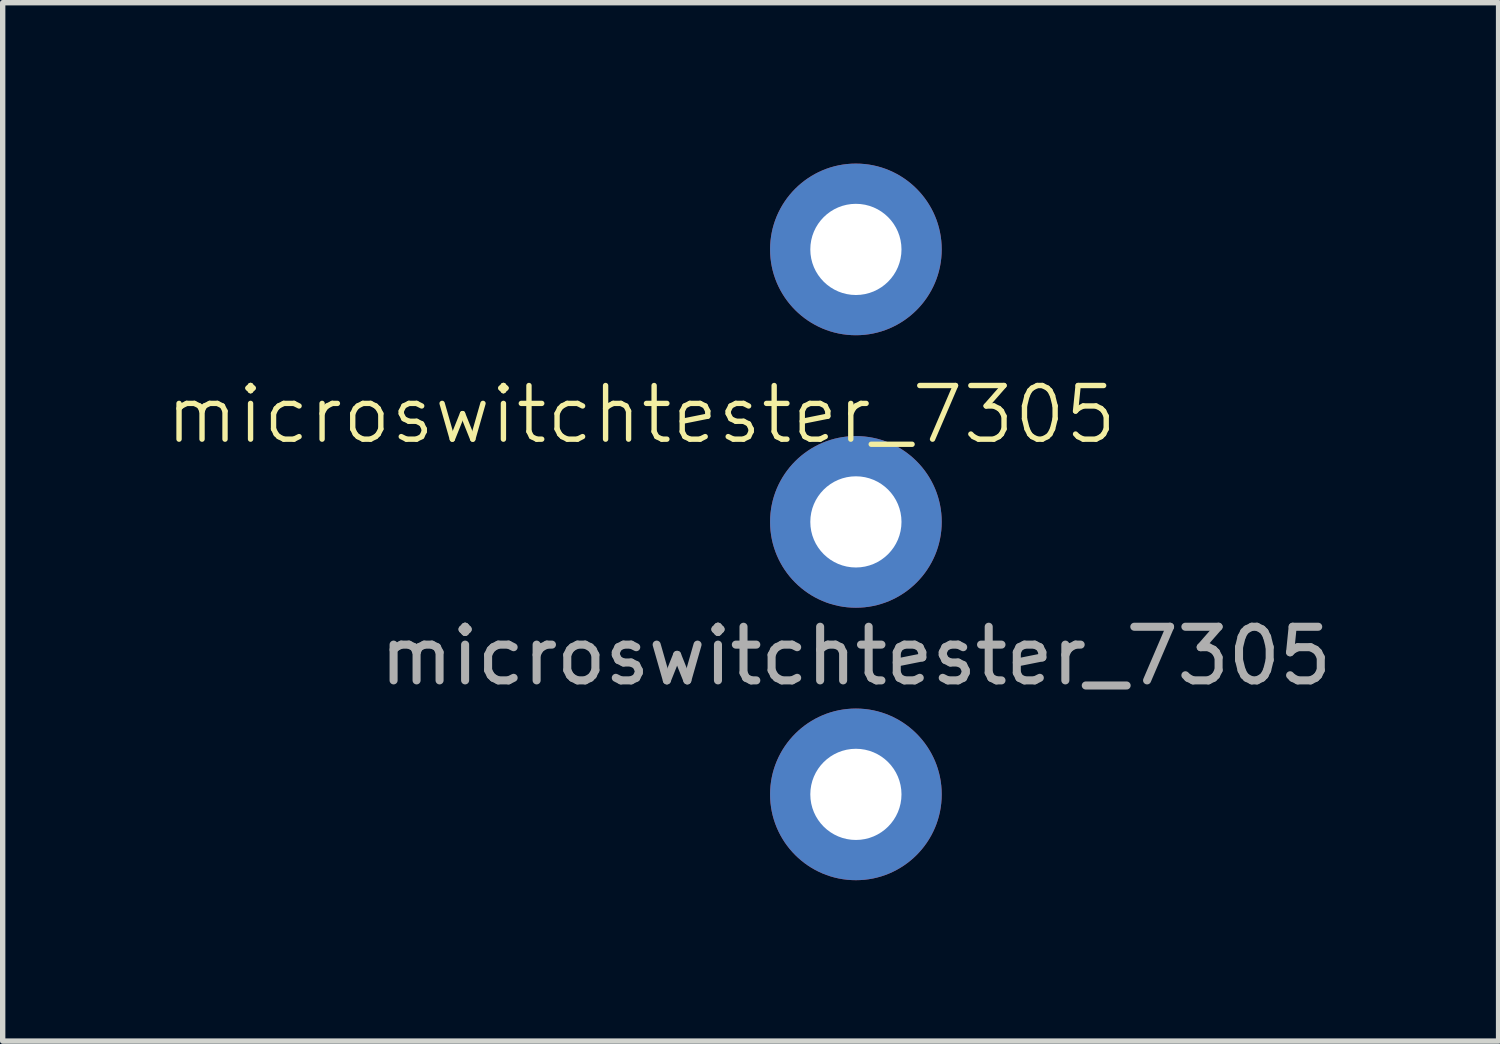
<source format=kicad_pcb>
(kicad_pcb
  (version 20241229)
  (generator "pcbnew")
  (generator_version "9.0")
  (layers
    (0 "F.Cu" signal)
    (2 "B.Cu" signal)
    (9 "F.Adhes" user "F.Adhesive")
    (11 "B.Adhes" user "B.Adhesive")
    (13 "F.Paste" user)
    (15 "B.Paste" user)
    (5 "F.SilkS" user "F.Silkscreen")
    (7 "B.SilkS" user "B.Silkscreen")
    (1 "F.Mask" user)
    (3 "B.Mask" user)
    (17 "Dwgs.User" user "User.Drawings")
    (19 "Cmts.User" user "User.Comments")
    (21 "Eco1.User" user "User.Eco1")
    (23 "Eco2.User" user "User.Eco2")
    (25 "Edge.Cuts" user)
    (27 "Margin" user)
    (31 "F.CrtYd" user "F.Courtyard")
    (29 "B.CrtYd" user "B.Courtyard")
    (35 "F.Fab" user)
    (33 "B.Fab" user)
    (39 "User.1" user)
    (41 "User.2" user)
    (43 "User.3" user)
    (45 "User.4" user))
  (footprint "microswitchtester_7305"
    (layer "F.Cu")
    (at 12.907 6.68)
    (property "Reference" "microswitchtester_7305" (at -4 -2 0) (unlocked yes) (layer "F.SilkS") (effects (font (size 1 1) (thickness 0.1))))
    (attr through_hole)
    (fp_text user "${REFERENCE}" (at 0 2.5 0) (unlocked yes) (layer "F.Fab") (effects (font (size 1 1) (thickness 0.15))))
    (pad "1" thru_hole circle (at 0 -5.08) (size 3.2 3.2) (drill 1.7) (layers "*.Cu" "*.Mask"))
    (pad "1" thru_hole circle (at 0 0) (size 3.2 3.2) (drill 1.7) (layers "*.Cu" "*.Mask"))
    (pad "1" thru_hole circle (at 0 5.08) (size 3.2 3.2) (drill 1.7) (layers "*.Cu" "*.Mask")))
  (gr_rect
    (start -3 -3)
    (end 24.889 16.36)
    (stroke (width 0.1) (type default))
    (fill no)
    (layer "Edge.Cuts")))
</source>
